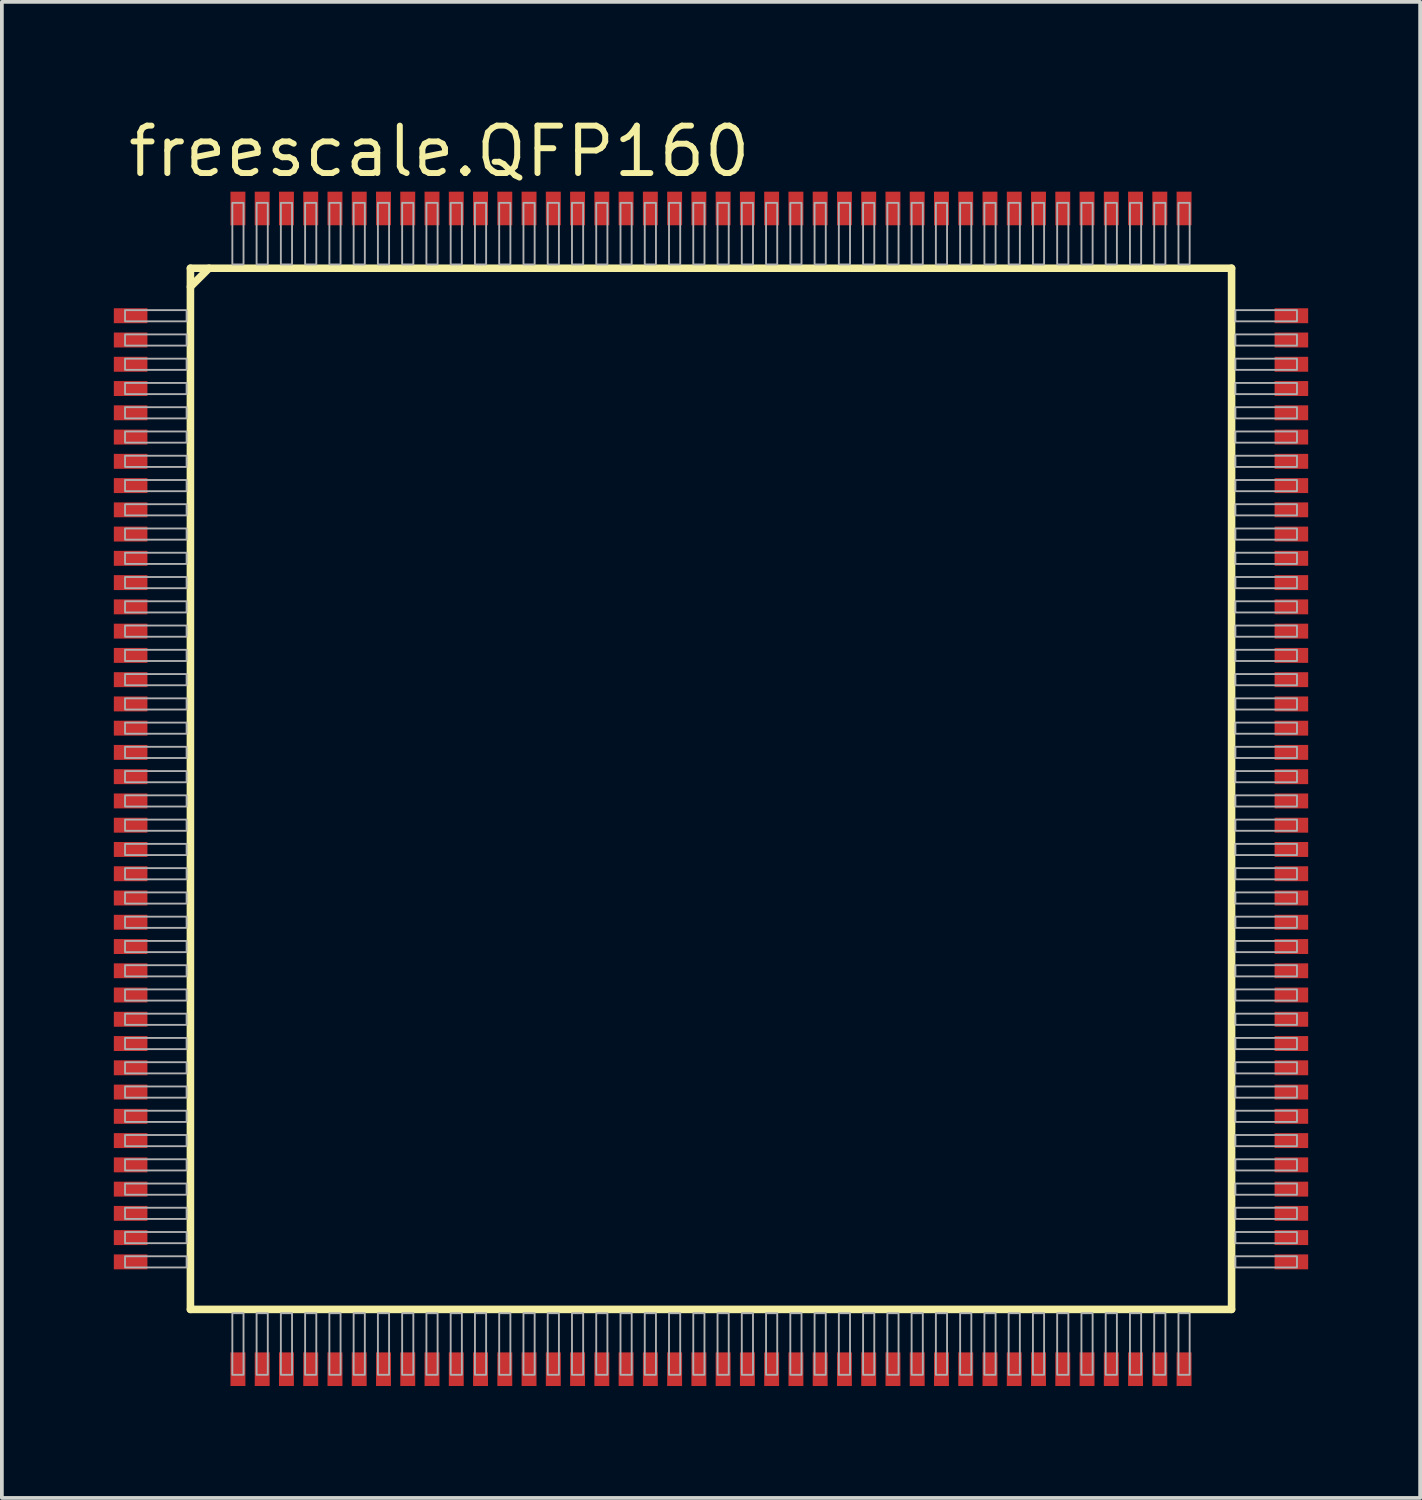
<source format=kicad_pcb>
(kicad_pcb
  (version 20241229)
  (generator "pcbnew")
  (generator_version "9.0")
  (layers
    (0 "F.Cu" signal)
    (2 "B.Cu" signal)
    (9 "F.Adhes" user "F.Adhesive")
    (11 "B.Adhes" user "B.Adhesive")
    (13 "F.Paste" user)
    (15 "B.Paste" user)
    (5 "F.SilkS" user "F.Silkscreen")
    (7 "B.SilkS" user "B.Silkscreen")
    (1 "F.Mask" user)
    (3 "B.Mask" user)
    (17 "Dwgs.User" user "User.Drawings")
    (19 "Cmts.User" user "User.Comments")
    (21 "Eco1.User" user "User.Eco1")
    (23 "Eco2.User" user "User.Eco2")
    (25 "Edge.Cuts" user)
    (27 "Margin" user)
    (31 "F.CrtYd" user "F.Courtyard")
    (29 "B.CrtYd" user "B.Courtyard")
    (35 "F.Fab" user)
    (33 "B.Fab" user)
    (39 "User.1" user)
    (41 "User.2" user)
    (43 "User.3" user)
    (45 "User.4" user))
  (footprint "freescale.QFP160"
    (layer "F.Cu")
    (at 16 18.085)
    (property "Reference" "freescale.QFP160" (at -15.7 -16.335 0) (layer "F.SilkS") (effects (font (size 1.27 1.27) (thickness 0.16)) (justify left bottom)))
    (attr smd)
    (fp_line (start -13.948 -13.948) (end -13.948 13.948) (stroke (width 0.203) (type default)) (layer "F.SilkS"))
    (fp_line (start -13.948 -13.45) (end -13.45 -13.948) (stroke (width 0.203) (type default)) (layer "F.SilkS"))
    (fp_line (start -13.948 13.948) (end 13.948 13.948) (stroke (width 0.203) (type default)) (layer "F.SilkS"))
    (fp_line (start 13.948 -13.948) (end -13.948 -13.948) (stroke (width 0.203) (type default)) (layer "F.SilkS"))
    (fp_line (start 13.948 13.948) (end 13.948 -13.948) (stroke (width 0.203) (type default)) (layer "F.SilkS"))
    (fp_rect (start -15.7 -12.525) (end -14.05 -12.825) (stroke (width 0.05) (type default)) (fill no) (layer "F.Fab"))
    (fp_rect (start -15.7 -11.875) (end -14.05 -12.175) (stroke (width 0.05) (type default)) (fill no) (layer "F.Fab"))
    (fp_rect (start -15.7 -11.225) (end -14.05 -11.525) (stroke (width 0.05) (type default)) (fill no) (layer "F.Fab"))
    (fp_rect (start -15.7 -10.575) (end -14.05 -10.875) (stroke (width 0.05) (type default)) (fill no) (layer "F.Fab"))
    (fp_rect (start -15.7 -9.925) (end -14.05 -10.225) (stroke (width 0.05) (type default)) (fill no) (layer "F.Fab"))
    (fp_rect (start -15.7 -9.275) (end -14.05 -9.575) (stroke (width 0.05) (type default)) (fill no) (layer "F.Fab"))
    (fp_rect (start -15.7 -8.625) (end -14.05 -8.925) (stroke (width 0.05) (type default)) (fill no) (layer "F.Fab"))
    (fp_rect (start -15.7 -7.975) (end -14.05 -8.275) (stroke (width 0.05) (type default)) (fill no) (layer "F.Fab"))
    (fp_rect (start -15.7 -7.325) (end -14.05 -7.625) (stroke (width 0.05) (type default)) (fill no) (layer "F.Fab"))
    (fp_rect (start -15.7 -6.675) (end -14.05 -6.975) (stroke (width 0.05) (type default)) (fill no) (layer "F.Fab"))
    (fp_rect (start -15.7 -6.025) (end -14.05 -6.325) (stroke (width 0.05) (type default)) (fill no) (layer "F.Fab"))
    (fp_rect (start -15.7 -5.375) (end -14.05 -5.675) (stroke (width 0.05) (type default)) (fill no) (layer "F.Fab"))
    (fp_rect (start -15.7 -4.725) (end -14.05 -5.025) (stroke (width 0.05) (type default)) (fill no) (layer "F.Fab"))
    (fp_rect (start -15.7 -4.075) (end -14.05 -4.375) (stroke (width 0.05) (type default)) (fill no) (layer "F.Fab"))
    (fp_rect (start -15.7 -3.425) (end -14.05 -3.725) (stroke (width 0.05) (type default)) (fill no) (layer "F.Fab"))
    (fp_rect (start -15.7 -2.775) (end -14.05 -3.075) (stroke (width 0.05) (type default)) (fill no) (layer "F.Fab"))
    (fp_rect (start -15.7 -2.125) (end -14.05 -2.425) (stroke (width 0.05) (type default)) (fill no) (layer "F.Fab"))
    (fp_rect (start -15.7 -1.475) (end -14.05 -1.775) (stroke (width 0.05) (type default)) (fill no) (layer "F.Fab"))
    (fp_rect (start -15.7 -0.825) (end -14.05 -1.125) (stroke (width 0.05) (type default)) (fill no) (layer "F.Fab"))
    (fp_rect (start -15.7 -0.175) (end -14.05 -0.475) (stroke (width 0.05) (type default)) (fill no) (layer "F.Fab"))
    (fp_rect (start -15.7 0.475) (end -14.05 0.175) (stroke (width 0.05) (type default)) (fill no) (layer "F.Fab"))
    (fp_rect (start -15.7 1.125) (end -14.05 0.825) (stroke (width 0.05) (type default)) (fill no) (layer "F.Fab"))
    (fp_rect (start -15.7 1.775) (end -14.05 1.475) (stroke (width 0.05) (type default)) (fill no) (layer "F.Fab"))
    (fp_rect (start -15.7 2.425) (end -14.05 2.125) (stroke (width 0.05) (type default)) (fill no) (layer "F.Fab"))
    (fp_rect (start -15.7 3.075) (end -14.05 2.775) (stroke (width 0.05) (type default)) (fill no) (layer "F.Fab"))
    (fp_rect (start -15.7 3.725) (end -14.05 3.425) (stroke (width 0.05) (type default)) (fill no) (layer "F.Fab"))
    (fp_rect (start -15.7 4.375) (end -14.05 4.075) (stroke (width 0.05) (type default)) (fill no) (layer "F.Fab"))
    (fp_rect (start -15.7 5.025) (end -14.05 4.725) (stroke (width 0.05) (type default)) (fill no) (layer "F.Fab"))
    (fp_rect (start -15.7 5.675) (end -14.05 5.375) (stroke (width 0.05) (type default)) (fill no) (layer "F.Fab"))
    (fp_rect (start -15.7 6.325) (end -14.05 6.025) (stroke (width 0.05) (type default)) (fill no) (layer "F.Fab"))
    (fp_rect (start -15.7 6.975) (end -14.05 6.675) (stroke (width 0.05) (type default)) (fill no) (layer "F.Fab"))
    (fp_rect (start -15.7 7.625) (end -14.05 7.325) (stroke (width 0.05) (type default)) (fill no) (layer "F.Fab"))
    (fp_rect (start -15.7 8.275) (end -14.05 7.975) (stroke (width 0.05) (type default)) (fill no) (layer "F.Fab"))
    (fp_rect (start -15.7 8.925) (end -14.05 8.625) (stroke (width 0.05) (type default)) (fill no) (layer "F.Fab"))
    (fp_rect (start -15.7 9.575) (end -14.05 9.275) (stroke (width 0.05) (type default)) (fill no) (layer "F.Fab"))
    (fp_rect (start -15.7 10.225) (end -14.05 9.925) (stroke (width 0.05) (type default)) (fill no) (layer "F.Fab"))
    (fp_rect (start -15.7 10.875) (end -14.05 10.575) (stroke (width 0.05) (type default)) (fill no) (layer "F.Fab"))
    (fp_rect (start -15.7 11.525) (end -14.05 11.225) (stroke (width 0.05) (type default)) (fill no) (layer "F.Fab"))
    (fp_rect (start -15.7 12.175) (end -14.05 11.875) (stroke (width 0.05) (type default)) (fill no) (layer "F.Fab"))
    (fp_rect (start -15.7 12.825) (end -14.05 12.525) (stroke (width 0.05) (type default)) (fill no) (layer "F.Fab"))
    (fp_rect (start -12.825 -14.05) (end -12.525 -15.7) (stroke (width 0.05) (type default)) (fill no) (layer "F.Fab"))
    (fp_rect (start -12.825 15.7) (end -12.525 14.05) (stroke (width 0.05) (type default)) (fill no) (layer "F.Fab"))
    (fp_rect (start -12.175 -14.05) (end -11.875 -15.7) (stroke (width 0.05) (type default)) (fill no) (layer "F.Fab"))
    (fp_rect (start -12.175 15.7) (end -11.875 14.05) (stroke (width 0.05) (type default)) (fill no) (layer "F.Fab"))
    (fp_rect (start -11.525 -14.05) (end -11.225 -15.7) (stroke (width 0.05) (type default)) (fill no) (layer "F.Fab"))
    (fp_rect (start -11.525 15.7) (end -11.225 14.05) (stroke (width 0.05) (type default)) (fill no) (layer "F.Fab"))
    (fp_rect (start -10.875 -14.05) (end -10.575 -15.7) (stroke (width 0.05) (type default)) (fill no) (layer "F.Fab"))
    (fp_rect (start -10.875 15.7) (end -10.575 14.05) (stroke (width 0.05) (type default)) (fill no) (layer "F.Fab"))
    (fp_rect (start -10.225 -14.05) (end -9.925 -15.7) (stroke (width 0.05) (type default)) (fill no) (layer "F.Fab"))
    (fp_rect (start -10.225 15.7) (end -9.925 14.05) (stroke (width 0.05) (type default)) (fill no) (layer "F.Fab"))
    (fp_rect (start -9.575 -14.05) (end -9.275 -15.7) (stroke (width 0.05) (type default)) (fill no) (layer "F.Fab"))
    (fp_rect (start -9.575 15.7) (end -9.275 14.05) (stroke (width 0.05) (type default)) (fill no) (layer "F.Fab"))
    (fp_rect (start -8.925 -14.05) (end -8.625 -15.7) (stroke (width 0.05) (type default)) (fill no) (layer "F.Fab"))
    (fp_rect (start -8.925 15.7) (end -8.625 14.05) (stroke (width 0.05) (type default)) (fill no) (layer "F.Fab"))
    (fp_rect (start -8.275 -14.05) (end -7.975 -15.7) (stroke (width 0.05) (type default)) (fill no) (layer "F.Fab"))
    (fp_rect (start -8.275 15.7) (end -7.975 14.05) (stroke (width 0.05) (type default)) (fill no) (layer "F.Fab"))
    (fp_rect (start -7.625 -14.05) (end -7.325 -15.7) (stroke (width 0.05) (type default)) (fill no) (layer "F.Fab"))
    (fp_rect (start -7.625 15.7) (end -7.325 14.05) (stroke (width 0.05) (type default)) (fill no) (layer "F.Fab"))
    (fp_rect (start -6.975 -14.05) (end -6.675 -15.7) (stroke (width 0.05) (type default)) (fill no) (layer "F.Fab"))
    (fp_rect (start -6.975 15.7) (end -6.675 14.05) (stroke (width 0.05) (type default)) (fill no) (layer "F.Fab"))
    (fp_rect (start -6.325 -14.05) (end -6.025 -15.7) (stroke (width 0.05) (type default)) (fill no) (layer "F.Fab"))
    (fp_rect (start -6.325 15.7) (end -6.025 14.05) (stroke (width 0.05) (type default)) (fill no) (layer "F.Fab"))
    (fp_rect (start -5.675 -14.05) (end -5.375 -15.7) (stroke (width 0.05) (type default)) (fill no) (layer "F.Fab"))
    (fp_rect (start -5.675 15.7) (end -5.375 14.05) (stroke (width 0.05) (type default)) (fill no) (layer "F.Fab"))
    (fp_rect (start -5.025 -14.05) (end -4.725 -15.7) (stroke (width 0.05) (type default)) (fill no) (layer "F.Fab"))
    (fp_rect (start -5.025 15.7) (end -4.725 14.05) (stroke (width 0.05) (type default)) (fill no) (layer "F.Fab"))
    (fp_rect (start -4.375 -14.05) (end -4.075 -15.7) (stroke (width 0.05) (type default)) (fill no) (layer "F.Fab"))
    (fp_rect (start -4.375 15.7) (end -4.075 14.05) (stroke (width 0.05) (type default)) (fill no) (layer "F.Fab"))
    (fp_rect (start -3.725 -14.05) (end -3.425 -15.7) (stroke (width 0.05) (type default)) (fill no) (layer "F.Fab"))
    (fp_rect (start -3.725 15.7) (end -3.425 14.05) (stroke (width 0.05) (type default)) (fill no) (layer "F.Fab"))
    (fp_rect (start -3.075 -14.05) (end -2.775 -15.7) (stroke (width 0.05) (type default)) (fill no) (layer "F.Fab"))
    (fp_rect (start -3.075 15.7) (end -2.775 14.05) (stroke (width 0.05) (type default)) (fill no) (layer "F.Fab"))
    (fp_rect (start -2.425 -14.05) (end -2.125 -15.7) (stroke (width 0.05) (type default)) (fill no) (layer "F.Fab"))
    (fp_rect (start -2.425 15.7) (end -2.125 14.05) (stroke (width 0.05) (type default)) (fill no) (layer "F.Fab"))
    (fp_rect (start -1.775 -14.05) (end -1.475 -15.7) (stroke (width 0.05) (type default)) (fill no) (layer "F.Fab"))
    (fp_rect (start -1.775 15.7) (end -1.475 14.05) (stroke (width 0.05) (type default)) (fill no) (layer "F.Fab"))
    (fp_rect (start -1.125 -14.05) (end -0.825 -15.7) (stroke (width 0.05) (type default)) (fill no) (layer "F.Fab"))
    (fp_rect (start -1.125 15.7) (end -0.825 14.05) (stroke (width 0.05) (type default)) (fill no) (layer "F.Fab"))
    (fp_rect (start -0.475 -14.05) (end -0.175 -15.7) (stroke (width 0.05) (type default)) (fill no) (layer "F.Fab"))
    (fp_rect (start -0.475 15.7) (end -0.175 14.05) (stroke (width 0.05) (type default)) (fill no) (layer "F.Fab"))
    (fp_rect (start 0.175 -14.05) (end 0.475 -15.7) (stroke (width 0.05) (type default)) (fill no) (layer "F.Fab"))
    (fp_rect (start 0.175 15.7) (end 0.475 14.05) (stroke (width 0.05) (type default)) (fill no) (layer "F.Fab"))
    (fp_rect (start 0.825 -14.05) (end 1.125 -15.7) (stroke (width 0.05) (type default)) (fill no) (layer "F.Fab"))
    (fp_rect (start 0.825 15.7) (end 1.125 14.05) (stroke (width 0.05) (type default)) (fill no) (layer "F.Fab"))
    (fp_rect (start 1.475 -14.05) (end 1.775 -15.7) (stroke (width 0.05) (type default)) (fill no) (layer "F.Fab"))
    (fp_rect (start 1.475 15.7) (end 1.775 14.05) (stroke (width 0.05) (type default)) (fill no) (layer "F.Fab"))
    (fp_rect (start 2.125 -14.05) (end 2.425 -15.7) (stroke (width 0.05) (type default)) (fill no) (layer "F.Fab"))
    (fp_rect (start 2.125 15.7) (end 2.425 14.05) (stroke (width 0.05) (type default)) (fill no) (layer "F.Fab"))
    (fp_rect (start 2.775 -14.05) (end 3.075 -15.7) (stroke (width 0.05) (type default)) (fill no) (layer "F.Fab"))
    (fp_rect (start 2.775 15.7) (end 3.075 14.05) (stroke (width 0.05) (type default)) (fill no) (layer "F.Fab"))
    (fp_rect (start 3.425 -14.05) (end 3.725 -15.7) (stroke (width 0.05) (type default)) (fill no) (layer "F.Fab"))
    (fp_rect (start 3.425 15.7) (end 3.725 14.05) (stroke (width 0.05) (type default)) (fill no) (layer "F.Fab"))
    (fp_rect (start 4.075 -14.05) (end 4.375 -15.7) (stroke (width 0.05) (type default)) (fill no) (layer "F.Fab"))
    (fp_rect (start 4.075 15.7) (end 4.375 14.05) (stroke (width 0.05) (type default)) (fill no) (layer "F.Fab"))
    (fp_rect (start 4.725 -14.05) (end 5.025 -15.7) (stroke (width 0.05) (type default)) (fill no) (layer "F.Fab"))
    (fp_rect (start 4.725 15.7) (end 5.025 14.05) (stroke (width 0.05) (type default)) (fill no) (layer "F.Fab"))
    (fp_rect (start 5.375 -14.05) (end 5.675 -15.7) (stroke (width 0.05) (type default)) (fill no) (layer "F.Fab"))
    (fp_rect (start 5.375 15.7) (end 5.675 14.05) (stroke (width 0.05) (type default)) (fill no) (layer "F.Fab"))
    (fp_rect (start 6.025 -14.05) (end 6.325 -15.7) (stroke (width 0.05) (type default)) (fill no) (layer "F.Fab"))
    (fp_rect (start 6.025 15.7) (end 6.325 14.05) (stroke (width 0.05) (type default)) (fill no) (layer "F.Fab"))
    (fp_rect (start 6.675 -14.05) (end 6.975 -15.7) (stroke (width 0.05) (type default)) (fill no) (layer "F.Fab"))
    (fp_rect (start 6.675 15.7) (end 6.975 14.05) (stroke (width 0.05) (type default)) (fill no) (layer "F.Fab"))
    (fp_rect (start 7.325 -14.05) (end 7.625 -15.7) (stroke (width 0.05) (type default)) (fill no) (layer "F.Fab"))
    (fp_rect (start 7.325 15.7) (end 7.625 14.05) (stroke (width 0.05) (type default)) (fill no) (layer "F.Fab"))
    (fp_rect (start 7.975 -14.05) (end 8.275 -15.7) (stroke (width 0.05) (type default)) (fill no) (layer "F.Fab"))
    (fp_rect (start 7.975 15.7) (end 8.275 14.05) (stroke (width 0.05) (type default)) (fill no) (layer "F.Fab"))
    (fp_rect (start 8.625 -14.05) (end 8.925 -15.7) (stroke (width 0.05) (type default)) (fill no) (layer "F.Fab"))
    (fp_rect (start 8.625 15.7) (end 8.925 14.05) (stroke (width 0.05) (type default)) (fill no) (layer "F.Fab"))
    (fp_rect (start 9.275 -14.05) (end 9.575 -15.7) (stroke (width 0.05) (type default)) (fill no) (layer "F.Fab"))
    (fp_rect (start 9.275 15.7) (end 9.575 14.05) (stroke (width 0.05) (type default)) (fill no) (layer "F.Fab"))
    (fp_rect (start 9.925 -14.05) (end 10.225 -15.7) (stroke (width 0.05) (type default)) (fill no) (layer "F.Fab"))
    (fp_rect (start 9.925 15.7) (end 10.225 14.05) (stroke (width 0.05) (type default)) (fill no) (layer "F.Fab"))
    (fp_rect (start 10.575 -14.05) (end 10.875 -15.7) (stroke (width 0.05) (type default)) (fill no) (layer "F.Fab"))
    (fp_rect (start 10.575 15.7) (end 10.875 14.05) (stroke (width 0.05) (type default)) (fill no) (layer "F.Fab"))
    (fp_rect (start 11.225 -14.05) (end 11.525 -15.7) (stroke (width 0.05) (type default)) (fill no) (layer "F.Fab"))
    (fp_rect (start 11.225 15.7) (end 11.525 14.05) (stroke (width 0.05) (type default)) (fill no) (layer "F.Fab"))
    (fp_rect (start 11.875 -14.05) (end 12.175 -15.7) (stroke (width 0.05) (type default)) (fill no) (layer "F.Fab"))
    (fp_rect (start 11.875 15.7) (end 12.175 14.05) (stroke (width 0.05) (type default)) (fill no) (layer "F.Fab"))
    (fp_rect (start 12.525 -14.05) (end 12.825 -15.7) (stroke (width 0.05) (type default)) (fill no) (layer "F.Fab"))
    (fp_rect (start 12.525 15.7) (end 12.825 14.05) (stroke (width 0.05) (type default)) (fill no) (layer "F.Fab"))
    (fp_rect (start 14.05 -12.525) (end 15.7 -12.825) (stroke (width 0.05) (type default)) (fill no) (layer "F.Fab"))
    (fp_rect (start 14.05 -11.875) (end 15.7 -12.175) (stroke (width 0.05) (type default)) (fill no) (layer "F.Fab"))
    (fp_rect (start 14.05 -11.225) (end 15.7 -11.525) (stroke (width 0.05) (type default)) (fill no) (layer "F.Fab"))
    (fp_rect (start 14.05 -10.575) (end 15.7 -10.875) (stroke (width 0.05) (type default)) (fill no) (layer "F.Fab"))
    (fp_rect (start 14.05 -9.925) (end 15.7 -10.225) (stroke (width 0.05) (type default)) (fill no) (layer "F.Fab"))
    (fp_rect (start 14.05 -9.275) (end 15.7 -9.575) (stroke (width 0.05) (type default)) (fill no) (layer "F.Fab"))
    (fp_rect (start 14.05 -8.625) (end 15.7 -8.925) (stroke (width 0.05) (type default)) (fill no) (layer "F.Fab"))
    (fp_rect (start 14.05 -7.975) (end 15.7 -8.275) (stroke (width 0.05) (type default)) (fill no) (layer "F.Fab"))
    (fp_rect (start 14.05 -7.325) (end 15.7 -7.625) (stroke (width 0.05) (type default)) (fill no) (layer "F.Fab"))
    (fp_rect (start 14.05 -6.675) (end 15.7 -6.975) (stroke (width 0.05) (type default)) (fill no) (layer "F.Fab"))
    (fp_rect (start 14.05 -6.025) (end 15.7 -6.325) (stroke (width 0.05) (type default)) (fill no) (layer "F.Fab"))
    (fp_rect (start 14.05 -5.375) (end 15.7 -5.675) (stroke (width 0.05) (type default)) (fill no) (layer "F.Fab"))
    (fp_rect (start 14.05 -4.725) (end 15.7 -5.025) (stroke (width 0.05) (type default)) (fill no) (layer "F.Fab"))
    (fp_rect (start 14.05 -4.075) (end 15.7 -4.375) (stroke (width 0.05) (type default)) (fill no) (layer "F.Fab"))
    (fp_rect (start 14.05 -3.425) (end 15.7 -3.725) (stroke (width 0.05) (type default)) (fill no) (layer "F.Fab"))
    (fp_rect (start 14.05 -2.775) (end 15.7 -3.075) (stroke (width 0.05) (type default)) (fill no) (layer "F.Fab"))
    (fp_rect (start 14.05 -2.125) (end 15.7 -2.425) (stroke (width 0.05) (type default)) (fill no) (layer "F.Fab"))
    (fp_rect (start 14.05 -1.475) (end 15.7 -1.775) (stroke (width 0.05) (type default)) (fill no) (layer "F.Fab"))
    (fp_rect (start 14.05 -0.825) (end 15.7 -1.125) (stroke (width 0.05) (type default)) (fill no) (layer "F.Fab"))
    (fp_rect (start 14.05 -0.175) (end 15.7 -0.475) (stroke (width 0.05) (type default)) (fill no) (layer "F.Fab"))
    (fp_rect (start 14.05 0.475) (end 15.7 0.175) (stroke (width 0.05) (type default)) (fill no) (layer "F.Fab"))
    (fp_rect (start 14.05 1.125) (end 15.7 0.825) (stroke (width 0.05) (type default)) (fill no) (layer "F.Fab"))
    (fp_rect (start 14.05 1.775) (end 15.7 1.475) (stroke (width 0.05) (type default)) (fill no) (layer "F.Fab"))
    (fp_rect (start 14.05 2.425) (end 15.7 2.125) (stroke (width 0.05) (type default)) (fill no) (layer "F.Fab"))
    (fp_rect (start 14.05 3.075) (end 15.7 2.775) (stroke (width 0.05) (type default)) (fill no) (layer "F.Fab"))
    (fp_rect (start 14.05 3.725) (end 15.7 3.425) (stroke (width 0.05) (type default)) (fill no) (layer "F.Fab"))
    (fp_rect (start 14.05 4.375) (end 15.7 4.075) (stroke (width 0.05) (type default)) (fill no) (layer "F.Fab"))
    (fp_rect (start 14.05 5.025) (end 15.7 4.725) (stroke (width 0.05) (type default)) (fill no) (layer "F.Fab"))
    (fp_rect (start 14.05 5.675) (end 15.7 5.375) (stroke (width 0.05) (type default)) (fill no) (layer "F.Fab"))
    (fp_rect (start 14.05 6.325) (end 15.7 6.025) (stroke (width 0.05) (type default)) (fill no) (layer "F.Fab"))
    (fp_rect (start 14.05 6.975) (end 15.7 6.675) (stroke (width 0.05) (type default)) (fill no) (layer "F.Fab"))
    (fp_rect (start 14.05 7.625) (end 15.7 7.325) (stroke (width 0.05) (type default)) (fill no) (layer "F.Fab"))
    (fp_rect (start 14.05 8.275) (end 15.7 7.975) (stroke (width 0.05) (type default)) (fill no) (layer "F.Fab"))
    (fp_rect (start 14.05 8.925) (end 15.7 8.625) (stroke (width 0.05) (type default)) (fill no) (layer "F.Fab"))
    (fp_rect (start 14.05 9.575) (end 15.7 9.275) (stroke (width 0.05) (type default)) (fill no) (layer "F.Fab"))
    (fp_rect (start 14.05 10.225) (end 15.7 9.925) (stroke (width 0.05) (type default)) (fill no) (layer "F.Fab"))
    (fp_rect (start 14.05 10.875) (end 15.7 10.575) (stroke (width 0.05) (type default)) (fill no) (layer "F.Fab"))
    (fp_rect (start 14.05 11.525) (end 15.7 11.225) (stroke (width 0.05) (type default)) (fill no) (layer "F.Fab"))
    (fp_rect (start 14.05 12.175) (end 15.7 11.875) (stroke (width 0.05) (type default)) (fill no) (layer "F.Fab"))
    (fp_rect (start 14.05 12.825) (end 15.7 12.525) (stroke (width 0.05) (type default)) (fill no) (layer "F.Fab"))
    (pad "1" smd roundrect (at -15.55 -12.675) (size 0.9 0.4) (layers "F.Cu" "F.Mask" "F.Paste") (roundrect_rratio 0.01))
    (pad "2" smd roundrect (at -15.55 -12.025) (size 0.9 0.4) (layers "F.Cu" "F.Mask" "F.Paste") (roundrect_rratio 0.01))
    (pad "3" smd roundrect (at -15.55 -11.375) (size 0.9 0.4) (layers "F.Cu" "F.Mask" "F.Paste") (roundrect_rratio 0.01))
    (pad "4" smd roundrect (at -15.55 -10.725) (size 0.9 0.4) (layers "F.Cu" "F.Mask" "F.Paste") (roundrect_rratio 0.01))
    (pad "5" smd roundrect (at -15.55 -10.075) (size 0.9 0.4) (layers "F.Cu" "F.Mask" "F.Paste") (roundrect_rratio 0.01))
    (pad "6" smd roundrect (at -15.55 -9.425) (size 0.9 0.4) (layers "F.Cu" "F.Mask" "F.Paste") (roundrect_rratio 0.01))
    (pad "7" smd roundrect (at -15.55 -8.775) (size 0.9 0.4) (layers "F.Cu" "F.Mask" "F.Paste") (roundrect_rratio 0.01))
    (pad "8" smd roundrect (at -15.55 -8.125) (size 0.9 0.4) (layers "F.Cu" "F.Mask" "F.Paste") (roundrect_rratio 0.01))
    (pad "9" smd roundrect (at -15.55 -7.475) (size 0.9 0.4) (layers "F.Cu" "F.Mask" "F.Paste") (roundrect_rratio 0.01))
    (pad "10" smd roundrect (at -15.55 -6.825) (size 0.9 0.4) (layers "F.Cu" "F.Mask" "F.Paste") (roundrect_rratio 0.01))
    (pad "11" smd roundrect (at -15.55 -6.175) (size 0.9 0.4) (layers "F.Cu" "F.Mask" "F.Paste") (roundrect_rratio 0.01))
    (pad "12" smd roundrect (at -15.55 -5.525) (size 0.9 0.4) (layers "F.Cu" "F.Mask" "F.Paste") (roundrect_rratio 0.01))
    (pad "13" smd roundrect (at -15.55 -4.875) (size 0.9 0.4) (layers "F.Cu" "F.Mask" "F.Paste") (roundrect_rratio 0.01))
    (pad "14" smd roundrect (at -15.55 -4.225) (size 0.9 0.4) (layers "F.Cu" "F.Mask" "F.Paste") (roundrect_rratio 0.01))
    (pad "15" smd roundrect (at -15.55 -3.575) (size 0.9 0.4) (layers "F.Cu" "F.Mask" "F.Paste") (roundrect_rratio 0.01))
    (pad "16" smd roundrect (at -15.55 -2.925) (size 0.9 0.4) (layers "F.Cu" "F.Mask" "F.Paste") (roundrect_rratio 0.01))
    (pad "17" smd roundrect (at -15.55 -2.275) (size 0.9 0.4) (layers "F.Cu" "F.Mask" "F.Paste") (roundrect_rratio 0.01))
    (pad "18" smd roundrect (at -15.55 -1.625) (size 0.9 0.4) (layers "F.Cu" "F.Mask" "F.Paste") (roundrect_rratio 0.01))
    (pad "19" smd roundrect (at -15.55 -0.975) (size 0.9 0.4) (layers "F.Cu" "F.Mask" "F.Paste") (roundrect_rratio 0.01))
    (pad "20" smd roundrect (at -15.55 -0.325) (size 0.9 0.4) (layers "F.Cu" "F.Mask" "F.Paste") (roundrect_rratio 0.01))
    (pad "21" smd roundrect (at -15.55 0.325) (size 0.9 0.4) (layers "F.Cu" "F.Mask" "F.Paste") (roundrect_rratio 0.01))
    (pad "22" smd roundrect (at -15.55 0.975) (size 0.9 0.4) (layers "F.Cu" "F.Mask" "F.Paste") (roundrect_rratio 0.01))
    (pad "23" smd roundrect (at -15.55 1.625) (size 0.9 0.4) (layers "F.Cu" "F.Mask" "F.Paste") (roundrect_rratio 0.01))
    (pad "24" smd roundrect (at -15.55 2.275) (size 0.9 0.4) (layers "F.Cu" "F.Mask" "F.Paste") (roundrect_rratio 0.01))
    (pad "25" smd roundrect (at -15.55 2.925) (size 0.9 0.4) (layers "F.Cu" "F.Mask" "F.Paste") (roundrect_rratio 0.01))
    (pad "26" smd roundrect (at -15.55 3.575) (size 0.9 0.4) (layers "F.Cu" "F.Mask" "F.Paste") (roundrect_rratio 0.01))
    (pad "27" smd roundrect (at -15.55 4.225) (size 0.9 0.4) (layers "F.Cu" "F.Mask" "F.Paste") (roundrect_rratio 0.01))
    (pad "28" smd roundrect (at -15.55 4.875) (size 0.9 0.4) (layers "F.Cu" "F.Mask" "F.Paste") (roundrect_rratio 0.01))
    (pad "29" smd roundrect (at -15.55 5.525) (size 0.9 0.4) (layers "F.Cu" "F.Mask" "F.Paste") (roundrect_rratio 0.01))
    (pad "30" smd roundrect (at -15.55 6.175) (size 0.9 0.4) (layers "F.Cu" "F.Mask" "F.Paste") (roundrect_rratio 0.01))
    (pad "31" smd roundrect (at -15.55 6.825) (size 0.9 0.4) (layers "F.Cu" "F.Mask" "F.Paste") (roundrect_rratio 0.01))
    (pad "32" smd roundrect (at -15.55 7.475) (size 0.9 0.4) (layers "F.Cu" "F.Mask" "F.Paste") (roundrect_rratio 0.01))
    (pad "33" smd roundrect (at -15.55 8.125) (size 0.9 0.4) (layers "F.Cu" "F.Mask" "F.Paste") (roundrect_rratio 0.01))
    (pad "34" smd roundrect (at -15.55 8.775) (size 0.9 0.4) (layers "F.Cu" "F.Mask" "F.Paste") (roundrect_rratio 0.01))
    (pad "35" smd roundrect (at -15.55 9.425) (size 0.9 0.4) (layers "F.Cu" "F.Mask" "F.Paste") (roundrect_rratio 0.01))
    (pad "36" smd roundrect (at -15.55 10.075) (size 0.9 0.4) (layers "F.Cu" "F.Mask" "F.Paste") (roundrect_rratio 0.01))
    (pad "37" smd roundrect (at -15.55 10.725) (size 0.9 0.4) (layers "F.Cu" "F.Mask" "F.Paste") (roundrect_rratio 0.01))
    (pad "38" smd roundrect (at -15.55 11.375) (size 0.9 0.4) (layers "F.Cu" "F.Mask" "F.Paste") (roundrect_rratio 0.01))
    (pad "39" smd roundrect (at -15.55 12.025) (size 0.9 0.4) (layers "F.Cu" "F.Mask" "F.Paste") (roundrect_rratio 0.01))
    (pad "40" smd roundrect (at -15.55 12.675) (size 0.9 0.4) (layers "F.Cu" "F.Mask" "F.Paste") (roundrect_rratio 0.01))
    (pad "41" smd roundrect (at -12.675 15.55) (size 0.4 0.9) (layers "F.Cu" "F.Mask" "F.Paste") (roundrect_rratio 0.01))
    (pad "42" smd roundrect (at -12.025 15.55) (size 0.4 0.9) (layers "F.Cu" "F.Mask" "F.Paste") (roundrect_rratio 0.01))
    (pad "43" smd roundrect (at -11.375 15.55) (size 0.4 0.9) (layers "F.Cu" "F.Mask" "F.Paste") (roundrect_rratio 0.01))
    (pad "44" smd roundrect (at -10.725 15.55) (size 0.4 0.9) (layers "F.Cu" "F.Mask" "F.Paste") (roundrect_rratio 0.01))
    (pad "45" smd roundrect (at -10.075 15.55) (size 0.4 0.9) (layers "F.Cu" "F.Mask" "F.Paste") (roundrect_rratio 0.01))
    (pad "46" smd roundrect (at -9.425 15.55) (size 0.4 0.9) (layers "F.Cu" "F.Mask" "F.Paste") (roundrect_rratio 0.01))
    (pad "47" smd roundrect (at -8.775 15.55) (size 0.4 0.9) (layers "F.Cu" "F.Mask" "F.Paste") (roundrect_rratio 0.01))
    (pad "48" smd roundrect (at -8.125 15.55) (size 0.4 0.9) (layers "F.Cu" "F.Mask" "F.Paste") (roundrect_rratio 0.01))
    (pad "49" smd roundrect (at -7.475 15.55) (size 0.4 0.9) (layers "F.Cu" "F.Mask" "F.Paste") (roundrect_rratio 0.01))
    (pad "50" smd roundrect (at -6.825 15.55) (size 0.4 0.9) (layers "F.Cu" "F.Mask" "F.Paste") (roundrect_rratio 0.01))
    (pad "51" smd roundrect (at -6.175 15.55) (size 0.4 0.9) (layers "F.Cu" "F.Mask" "F.Paste") (roundrect_rratio 0.01))
    (pad "52" smd roundrect (at -5.525 15.55) (size 0.4 0.9) (layers "F.Cu" "F.Mask" "F.Paste") (roundrect_rratio 0.01))
    (pad "53" smd roundrect (at -4.875 15.55) (size 0.4 0.9) (layers "F.Cu" "F.Mask" "F.Paste") (roundrect_rratio 0.01))
    (pad "54" smd roundrect (at -4.225 15.55) (size 0.4 0.9) (layers "F.Cu" "F.Mask" "F.Paste") (roundrect_rratio 0.01))
    (pad "55" smd roundrect (at -3.575 15.55) (size 0.4 0.9) (layers "F.Cu" "F.Mask" "F.Paste") (roundrect_rratio 0.01))
    (pad "56" smd roundrect (at -2.925 15.55) (size 0.4 0.9) (layers "F.Cu" "F.Mask" "F.Paste") (roundrect_rratio 0.01))
    (pad "57" smd roundrect (at -2.275 15.55) (size 0.4 0.9) (layers "F.Cu" "F.Mask" "F.Paste") (roundrect_rratio 0.01))
    (pad "58" smd roundrect (at -1.625 15.55) (size 0.4 0.9) (layers "F.Cu" "F.Mask" "F.Paste") (roundrect_rratio 0.01))
    (pad "59" smd roundrect (at -0.975 15.55) (size 0.4 0.9) (layers "F.Cu" "F.Mask" "F.Paste") (roundrect_rratio 0.01))
    (pad "60" smd roundrect (at -0.325 15.55) (size 0.4 0.9) (layers "F.Cu" "F.Mask" "F.Paste") (roundrect_rratio 0.01))
    (pad "61" smd roundrect (at 0.325 15.55) (size 0.4 0.9) (layers "F.Cu" "F.Mask" "F.Paste") (roundrect_rratio 0.01))
    (pad "62" smd roundrect (at 0.975 15.55) (size 0.4 0.9) (layers "F.Cu" "F.Mask" "F.Paste") (roundrect_rratio 0.01))
    (pad "63" smd roundrect (at 1.625 15.55) (size 0.4 0.9) (layers "F.Cu" "F.Mask" "F.Paste") (roundrect_rratio 0.01))
    (pad "64" smd roundrect (at 2.275 15.55) (size 0.4 0.9) (layers "F.Cu" "F.Mask" "F.Paste") (roundrect_rratio 0.01))
    (pad "65" smd roundrect (at 2.925 15.55) (size 0.4 0.9) (layers "F.Cu" "F.Mask" "F.Paste") (roundrect_rratio 0.01))
    (pad "66" smd roundrect (at 3.575 15.55) (size 0.4 0.9) (layers "F.Cu" "F.Mask" "F.Paste") (roundrect_rratio 0.01))
    (pad "67" smd roundrect (at 4.225 15.55) (size 0.4 0.9) (layers "F.Cu" "F.Mask" "F.Paste") (roundrect_rratio 0.01))
    (pad "68" smd roundrect (at 4.875 15.55) (size 0.4 0.9) (layers "F.Cu" "F.Mask" "F.Paste") (roundrect_rratio 0.01))
    (pad "69" smd roundrect (at 5.525 15.55) (size 0.4 0.9) (layers "F.Cu" "F.Mask" "F.Paste") (roundrect_rratio 0.01))
    (pad "70" smd roundrect (at 6.175 15.55) (size 0.4 0.9) (layers "F.Cu" "F.Mask" "F.Paste") (roundrect_rratio 0.01))
    (pad "71" smd roundrect (at 6.825 15.55) (size 0.4 0.9) (layers "F.Cu" "F.Mask" "F.Paste") (roundrect_rratio 0.01))
    (pad "72" smd roundrect (at 7.475 15.55) (size 0.4 0.9) (layers "F.Cu" "F.Mask" "F.Paste") (roundrect_rratio 0.01))
    (pad "73" smd roundrect (at 8.125 15.55) (size 0.4 0.9) (layers "F.Cu" "F.Mask" "F.Paste") (roundrect_rratio 0.01))
    (pad "74" smd roundrect (at 8.775 15.55) (size 0.4 0.9) (layers "F.Cu" "F.Mask" "F.Paste") (roundrect_rratio 0.01))
    (pad "75" smd roundrect (at 9.425 15.55) (size 0.4 0.9) (layers "F.Cu" "F.Mask" "F.Paste") (roundrect_rratio 0.01))
    (pad "76" smd roundrect (at 10.075 15.55) (size 0.4 0.9) (layers "F.Cu" "F.Mask" "F.Paste") (roundrect_rratio 0.01))
    (pad "77" smd roundrect (at 10.725 15.55) (size 0.4 0.9) (layers "F.Cu" "F.Mask" "F.Paste") (roundrect_rratio 0.01))
    (pad "78" smd roundrect (at 11.375 15.55) (size 0.4 0.9) (layers "F.Cu" "F.Mask" "F.Paste") (roundrect_rratio 0.01))
    (pad "79" smd roundrect (at 12.025 15.55) (size 0.4 0.9) (layers "F.Cu" "F.Mask" "F.Paste") (roundrect_rratio 0.01))
    (pad "80" smd roundrect (at 12.675 15.55) (size 0.4 0.9) (layers "F.Cu" "F.Mask" "F.Paste") (roundrect_rratio 0.01))
    (pad "81" smd roundrect (at 15.55 12.675) (size 0.9 0.4) (layers "F.Cu" "F.Mask" "F.Paste") (roundrect_rratio 0.01))
    (pad "82" smd roundrect (at 15.55 12.025) (size 0.9 0.4) (layers "F.Cu" "F.Mask" "F.Paste") (roundrect_rratio 0.01))
    (pad "83" smd roundrect (at 15.55 11.375) (size 0.9 0.4) (layers "F.Cu" "F.Mask" "F.Paste") (roundrect_rratio 0.01))
    (pad "84" smd roundrect (at 15.55 10.725) (size 0.9 0.4) (layers "F.Cu" "F.Mask" "F.Paste") (roundrect_rratio 0.01))
    (pad "85" smd roundrect (at 15.55 10.075) (size 0.9 0.4) (layers "F.Cu" "F.Mask" "F.Paste") (roundrect_rratio 0.01))
    (pad "86" smd roundrect (at 15.55 9.425) (size 0.9 0.4) (layers "F.Cu" "F.Mask" "F.Paste") (roundrect_rratio 0.01))
    (pad "87" smd roundrect (at 15.55 8.775) (size 0.9 0.4) (layers "F.Cu" "F.Mask" "F.Paste") (roundrect_rratio 0.01))
    (pad "88" smd roundrect (at 15.55 8.125) (size 0.9 0.4) (layers "F.Cu" "F.Mask" "F.Paste") (roundrect_rratio 0.01))
    (pad "89" smd roundrect (at 15.55 7.475) (size 0.9 0.4) (layers "F.Cu" "F.Mask" "F.Paste") (roundrect_rratio 0.01))
    (pad "90" smd roundrect (at 15.55 6.825) (size 0.9 0.4) (layers "F.Cu" "F.Mask" "F.Paste") (roundrect_rratio 0.01))
    (pad "91" smd roundrect (at 15.55 6.175) (size 0.9 0.4) (layers "F.Cu" "F.Mask" "F.Paste") (roundrect_rratio 0.01))
    (pad "92" smd roundrect (at 15.55 5.525) (size 0.9 0.4) (layers "F.Cu" "F.Mask" "F.Paste") (roundrect_rratio 0.01))
    (pad "93" smd roundrect (at 15.55 4.875) (size 0.9 0.4) (layers "F.Cu" "F.Mask" "F.Paste") (roundrect_rratio 0.01))
    (pad "94" smd roundrect (at 15.55 4.225) (size 0.9 0.4) (layers "F.Cu" "F.Mask" "F.Paste") (roundrect_rratio 0.01))
    (pad "95" smd roundrect (at 15.55 3.575) (size 0.9 0.4) (layers "F.Cu" "F.Mask" "F.Paste") (roundrect_rratio 0.01))
    (pad "96" smd roundrect (at 15.55 2.925) (size 0.9 0.4) (layers "F.Cu" "F.Mask" "F.Paste") (roundrect_rratio 0.01))
    (pad "97" smd roundrect (at 15.55 2.275) (size 0.9 0.4) (layers "F.Cu" "F.Mask" "F.Paste") (roundrect_rratio 0.01))
    (pad "98" smd roundrect (at 15.55 1.625) (size 0.9 0.4) (layers "F.Cu" "F.Mask" "F.Paste") (roundrect_rratio 0.01))
    (pad "99" smd roundrect (at 15.55 0.975) (size 0.9 0.4) (layers "F.Cu" "F.Mask" "F.Paste") (roundrect_rratio 0.01))
    (pad "100" smd roundrect (at 15.55 0.325) (size 0.9 0.4) (layers "F.Cu" "F.Mask" "F.Paste") (roundrect_rratio 0.01))
    (pad "101" smd roundrect (at 15.55 -0.325) (size 0.9 0.4) (layers "F.Cu" "F.Mask" "F.Paste") (roundrect_rratio 0.01))
    (pad "102" smd roundrect (at 15.55 -0.975) (size 0.9 0.4) (layers "F.Cu" "F.Mask" "F.Paste") (roundrect_rratio 0.01))
    (pad "103" smd roundrect (at 15.55 -1.625) (size 0.9 0.4) (layers "F.Cu" "F.Mask" "F.Paste") (roundrect_rratio 0.01))
    (pad "104" smd roundrect (at 15.55 -2.275) (size 0.9 0.4) (layers "F.Cu" "F.Mask" "F.Paste") (roundrect_rratio 0.01))
    (pad "105" smd roundrect (at 15.55 -2.925) (size 0.9 0.4) (layers "F.Cu" "F.Mask" "F.Paste") (roundrect_rratio 0.01))
    (pad "106" smd roundrect (at 15.55 -3.575) (size 0.9 0.4) (layers "F.Cu" "F.Mask" "F.Paste") (roundrect_rratio 0.01))
    (pad "107" smd roundrect (at 15.55 -4.225) (size 0.9 0.4) (layers "F.Cu" "F.Mask" "F.Paste") (roundrect_rratio 0.01))
    (pad "108" smd roundrect (at 15.55 -4.875) (size 0.9 0.4) (layers "F.Cu" "F.Mask" "F.Paste") (roundrect_rratio 0.01))
    (pad "109" smd roundrect (at 15.55 -5.525) (size 0.9 0.4) (layers "F.Cu" "F.Mask" "F.Paste") (roundrect_rratio 0.01))
    (pad "110" smd roundrect (at 15.55 -6.175) (size 0.9 0.4) (layers "F.Cu" "F.Mask" "F.Paste") (roundrect_rratio 0.01))
    (pad "111" smd roundrect (at 15.55 -6.825) (size 0.9 0.4) (layers "F.Cu" "F.Mask" "F.Paste") (roundrect_rratio 0.01))
    (pad "112" smd roundrect (at 15.55 -7.475) (size 0.9 0.4) (layers "F.Cu" "F.Mask" "F.Paste") (roundrect_rratio 0.01))
    (pad "113" smd roundrect (at 15.55 -8.125) (size 0.9 0.4) (layers "F.Cu" "F.Mask" "F.Paste") (roundrect_rratio 0.01))
    (pad "114" smd roundrect (at 15.55 -8.775) (size 0.9 0.4) (layers "F.Cu" "F.Mask" "F.Paste") (roundrect_rratio 0.01))
    (pad "115" smd roundrect (at 15.55 -9.425) (size 0.9 0.4) (layers "F.Cu" "F.Mask" "F.Paste") (roundrect_rratio 0.01))
    (pad "116" smd roundrect (at 15.55 -10.075) (size 0.9 0.4) (layers "F.Cu" "F.Mask" "F.Paste") (roundrect_rratio 0.01))
    (pad "117" smd roundrect (at 15.55 -10.725) (size 0.9 0.4) (layers "F.Cu" "F.Mask" "F.Paste") (roundrect_rratio 0.01))
    (pad "118" smd roundrect (at 15.55 -11.375) (size 0.9 0.4) (layers "F.Cu" "F.Mask" "F.Paste") (roundrect_rratio 0.01))
    (pad "119" smd roundrect (at 15.55 -12.025) (size 0.9 0.4) (layers "F.Cu" "F.Mask" "F.Paste") (roundrect_rratio 0.01))
    (pad "120" smd roundrect (at 15.55 -12.675) (size 0.9 0.4) (layers "F.Cu" "F.Mask" "F.Paste") (roundrect_rratio 0.01))
    (pad "121" smd roundrect (at 12.675 -15.55) (size 0.4 0.9) (layers "F.Cu" "F.Mask" "F.Paste") (roundrect_rratio 0.01))
    (pad "122" smd roundrect (at 12.025 -15.55) (size 0.4 0.9) (layers "F.Cu" "F.Mask" "F.Paste") (roundrect_rratio 0.01))
    (pad "123" smd roundrect (at 11.375 -15.55) (size 0.4 0.9) (layers "F.Cu" "F.Mask" "F.Paste") (roundrect_rratio 0.01))
    (pad "124" smd roundrect (at 10.725 -15.55) (size 0.4 0.9) (layers "F.Cu" "F.Mask" "F.Paste") (roundrect_rratio 0.01))
    (pad "125" smd roundrect (at 10.075 -15.55) (size 0.4 0.9) (layers "F.Cu" "F.Mask" "F.Paste") (roundrect_rratio 0.01))
    (pad "126" smd roundrect (at 9.425 -15.55) (size 0.4 0.9) (layers "F.Cu" "F.Mask" "F.Paste") (roundrect_rratio 0.01))
    (pad "127" smd roundrect (at 8.775 -15.55) (size 0.4 0.9) (layers "F.Cu" "F.Mask" "F.Paste") (roundrect_rratio 0.01))
    (pad "128" smd roundrect (at 8.125 -15.55) (size 0.4 0.9) (layers "F.Cu" "F.Mask" "F.Paste") (roundrect_rratio 0.01))
    (pad "129" smd roundrect (at 7.475 -15.55) (size 0.4 0.9) (layers "F.Cu" "F.Mask" "F.Paste") (roundrect_rratio 0.01))
    (pad "130" smd roundrect (at 6.825 -15.55) (size 0.4 0.9) (layers "F.Cu" "F.Mask" "F.Paste") (roundrect_rratio 0.01))
    (pad "131" smd roundrect (at 6.175 -15.55) (size 0.4 0.9) (layers "F.Cu" "F.Mask" "F.Paste") (roundrect_rratio 0.01))
    (pad "132" smd roundrect (at 5.525 -15.55) (size 0.4 0.9) (layers "F.Cu" "F.Mask" "F.Paste") (roundrect_rratio 0.01))
    (pad "133" smd roundrect (at 4.875 -15.55) (size 0.4 0.9) (layers "F.Cu" "F.Mask" "F.Paste") (roundrect_rratio 0.01))
    (pad "134" smd roundrect (at 4.225 -15.55) (size 0.4 0.9) (layers "F.Cu" "F.Mask" "F.Paste") (roundrect_rratio 0.01))
    (pad "135" smd roundrect (at 3.575 -15.55) (size 0.4 0.9) (layers "F.Cu" "F.Mask" "F.Paste") (roundrect_rratio 0.01))
    (pad "136" smd roundrect (at 2.925 -15.55) (size 0.4 0.9) (layers "F.Cu" "F.Mask" "F.Paste") (roundrect_rratio 0.01))
    (pad "137" smd roundrect (at 2.275 -15.55) (size 0.4 0.9) (layers "F.Cu" "F.Mask" "F.Paste") (roundrect_rratio 0.01))
    (pad "138" smd roundrect (at 1.625 -15.55) (size 0.4 0.9) (layers "F.Cu" "F.Mask" "F.Paste") (roundrect_rratio 0.01))
    (pad "139" smd roundrect (at 0.975 -15.55) (size 0.4 0.9) (layers "F.Cu" "F.Mask" "F.Paste") (roundrect_rratio 0.01))
    (pad "140" smd roundrect (at 0.325 -15.55) (size 0.4 0.9) (layers "F.Cu" "F.Mask" "F.Paste") (roundrect_rratio 0.01))
    (pad "141" smd roundrect (at -0.325 -15.55) (size 0.4 0.9) (layers "F.Cu" "F.Mask" "F.Paste") (roundrect_rratio 0.01))
    (pad "142" smd roundrect (at -0.975 -15.55) (size 0.4 0.9) (layers "F.Cu" "F.Mask" "F.Paste") (roundrect_rratio 0.01))
    (pad "143" smd roundrect (at -1.625 -15.55) (size 0.4 0.9) (layers "F.Cu" "F.Mask" "F.Paste") (roundrect_rratio 0.01))
    (pad "144" smd roundrect (at -2.275 -15.55) (size 0.4 0.9) (layers "F.Cu" "F.Mask" "F.Paste") (roundrect_rratio 0.01))
    (pad "145" smd roundrect (at -2.925 -15.55) (size 0.4 0.9) (layers "F.Cu" "F.Mask" "F.Paste") (roundrect_rratio 0.01))
    (pad "146" smd roundrect (at -3.575 -15.55) (size 0.4 0.9) (layers "F.Cu" "F.Mask" "F.Paste") (roundrect_rratio 0.01))
    (pad "147" smd roundrect (at -4.225 -15.55) (size 0.4 0.9) (layers "F.Cu" "F.Mask" "F.Paste") (roundrect_rratio 0.01))
    (pad "148" smd roundrect (at -4.875 -15.55) (size 0.4 0.9) (layers "F.Cu" "F.Mask" "F.Paste") (roundrect_rratio 0.01))
    (pad "149" smd roundrect (at -5.525 -15.55) (size 0.4 0.9) (layers "F.Cu" "F.Mask" "F.Paste") (roundrect_rratio 0.01))
    (pad "150" smd roundrect (at -6.175 -15.55) (size 0.4 0.9) (layers "F.Cu" "F.Mask" "F.Paste") (roundrect_rratio 0.01))
    (pad "151" smd roundrect (at -6.825 -15.55) (size 0.4 0.9) (layers "F.Cu" "F.Mask" "F.Paste") (roundrect_rratio 0.01))
    (pad "152" smd roundrect (at -7.475 -15.55) (size 0.4 0.9) (layers "F.Cu" "F.Mask" "F.Paste") (roundrect_rratio 0.01))
    (pad "153" smd roundrect (at -8.125 -15.55) (size 0.4 0.9) (layers "F.Cu" "F.Mask" "F.Paste") (roundrect_rratio 0.01))
    (pad "154" smd roundrect (at -8.775 -15.55) (size 0.4 0.9) (layers "F.Cu" "F.Mask" "F.Paste") (roundrect_rratio 0.01))
    (pad "155" smd roundrect (at -9.425 -15.55) (size 0.4 0.9) (layers "F.Cu" "F.Mask" "F.Paste") (roundrect_rratio 0.01))
    (pad "156" smd roundrect (at -10.075 -15.55) (size 0.4 0.9) (layers "F.Cu" "F.Mask" "F.Paste") (roundrect_rratio 0.01))
    (pad "157" smd roundrect (at -10.725 -15.55) (size 0.4 0.9) (layers "F.Cu" "F.Mask" "F.Paste") (roundrect_rratio 0.01))
    (pad "158" smd roundrect (at -11.375 -15.55) (size 0.4 0.9) (layers "F.Cu" "F.Mask" "F.Paste") (roundrect_rratio 0.01))
    (pad "159" smd roundrect (at -12.025 -15.55) (size 0.4 0.9) (layers "F.Cu" "F.Mask" "F.Paste") (roundrect_rratio 0.01))
    (pad "160" smd roundrect (at -12.675 -15.55) (size 0.4 0.9) (layers "F.Cu" "F.Mask" "F.Paste") (roundrect_rratio 0.01)))
  (gr_rect
    (start -3 -3)
    (end 35 37.085)
    (stroke (width 0.1) (type default))
    (fill no)
    (layer "Edge.Cuts")))
</source>
